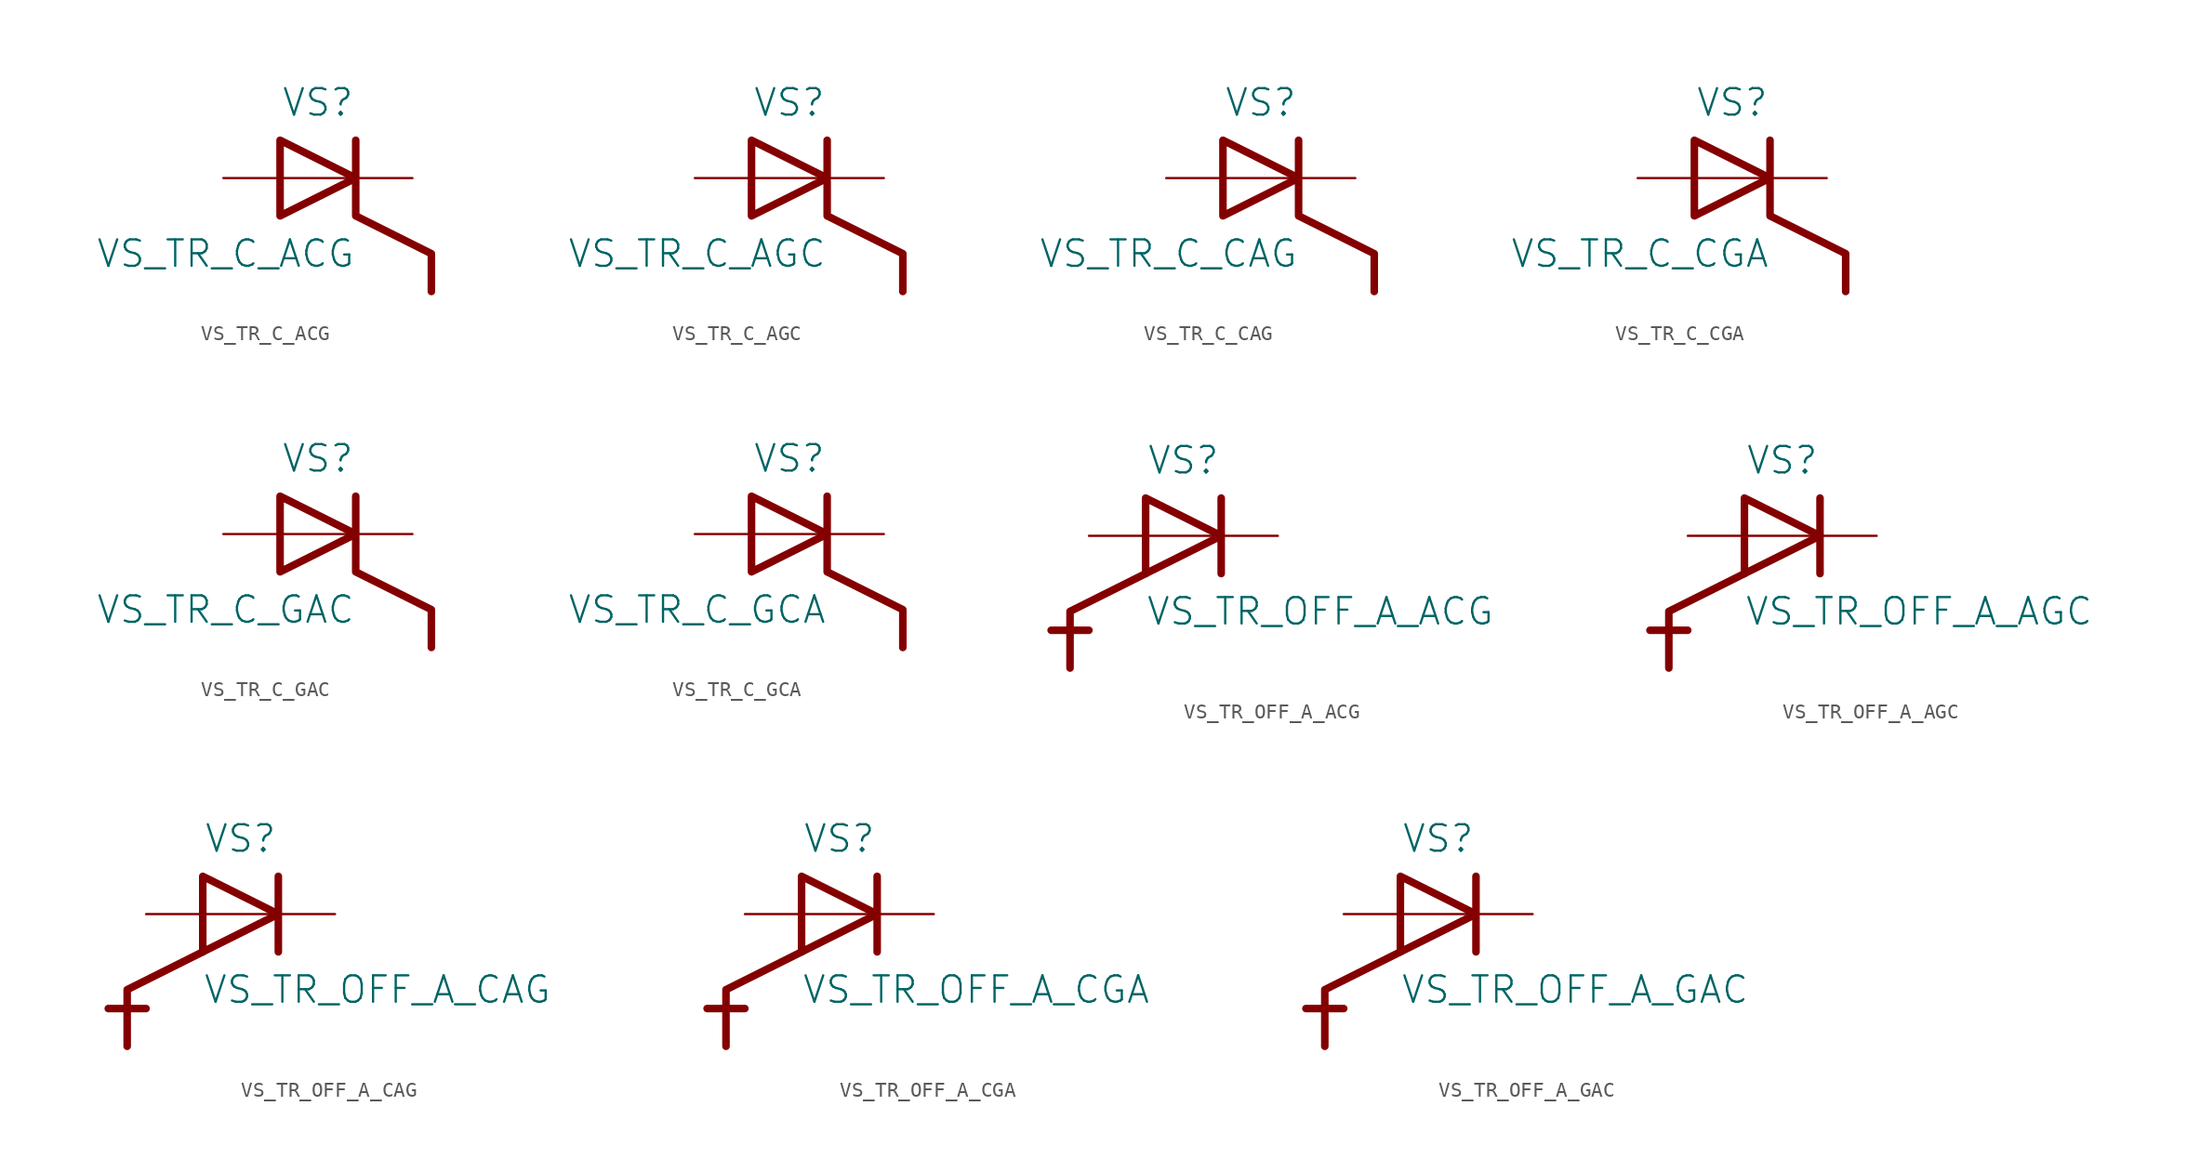
<source format=kicad_sym>
(kicad_symbol_lib
  (version 20211014)
  (generator kicad_symbol_editor)
  (symbol "VS_TR_C_ACG"
    (pin_names
      (offset 0))
    (property "Reference" "VS"
      (at 0 5.08 0)
      (effects (font (size 1.778 1.778))))
    (property "Value" "VS_TR_C_ACG"
      (at 2.54 -5.08 0)
      (effects (font (size 1.778 1.778)) (justify right)))
    (symbol "VS_TR_C_ACG_0_1"
      (polyline (pts (xy -6.35 0) (xy 6.35 0)) (stroke (width 0) (type default) (color 0 0 0 0)) (fill (type none)))
      (polyline (pts (xy 2.54 2.54) (xy 2.54 0) (xy -2.54 2.54) (xy -2.54 -2.54) (xy 2.54 0) (xy 2.54 -2.54) (xy 7.62 -5.08) (xy 7.62 -7.62)) (stroke (width 0.508) (type default) (color 0 0 0 0)) (fill (type none))))
    (symbol "VS_TR_C_ACG_1_1"
      (pin passive line (at -6.35 0 0) (length 2.54) hide (name "A" (effects (font (size 1.27 1.27)))) (number "1" (effects (font (size 1.27 1.27)))))
      (pin passive line (at 6.35 0 180) (length 2.54) hide (name "C" (effects (font (size 1.27 1.27)))) (number "2" (effects (font (size 1.27 1.27)))))
      (pin passive line (at 7.62 -7.62 90) (length 2.54) hide (name "G" (effects (font (size 1.27 1.27)))) (number "3" (effects (font (size 1.27 1.27)))))))
  (symbol "VS_TR_C_AGC"
    (pin_names
      (offset 0))
    (property "Reference" "VS"
      (at 0 5.08 0)
      (effects (font (size 1.778 1.778))))
    (property "Value" "VS_TR_C_AGC"
      (at 2.54 -5.08 0)
      (effects (font (size 1.778 1.778)) (justify right)))
    (symbol "VS_TR_C_AGC_0_1"
      (polyline (pts (xy -6.35 0) (xy 6.35 0)) (stroke (width 0) (type default) (color 0 0 0 0)) (fill (type none)))
      (polyline (pts (xy 2.54 2.54) (xy 2.54 0) (xy -2.54 2.54) (xy -2.54 -2.54) (xy 2.54 0) (xy 2.54 -2.54) (xy 7.62 -5.08) (xy 7.62 -7.62)) (stroke (width 0.508) (type default) (color 0 0 0 0)) (fill (type none))))
    (symbol "VS_TR_C_AGC_1_1"
      (pin passive line (at -6.35 0 0) (length 2.54) hide (name "A" (effects (font (size 1.27 1.27)))) (number "1" (effects (font (size 1.27 1.27)))))
      (pin passive line (at 7.62 -7.62 90) (length 2.54) hide (name "G" (effects (font (size 1.27 1.27)))) (number "2" (effects (font (size 1.27 1.27)))))
      (pin passive line (at 6.35 0 180) (length 2.54) hide (name "C" (effects (font (size 1.27 1.27)))) (number "3" (effects (font (size 1.27 1.27)))))))
  (symbol "VS_TR_C_CAG"
    (pin_names
      (offset 0))
    (property "Reference" "VS"
      (at 0 5.08 0)
      (effects (font (size 1.778 1.778))))
    (property "Value" "VS_TR_C_CAG"
      (at 2.54 -5.08 0)
      (effects (font (size 1.778 1.778)) (justify right)))
    (symbol "VS_TR_C_CAG_0_1"
      (polyline (pts (xy -6.35 0) (xy 6.35 0)) (stroke (width 0) (type default) (color 0 0 0 0)) (fill (type none)))
      (polyline (pts (xy 2.54 2.54) (xy 2.54 0) (xy -2.54 2.54) (xy -2.54 -2.54) (xy 2.54 0) (xy 2.54 -2.54) (xy 7.62 -5.08) (xy 7.62 -7.62)) (stroke (width 0.508) (type default) (color 0 0 0 0)) (fill (type none))))
    (symbol "VS_TR_C_CAG_1_1"
      (pin passive line (at 6.35 0 180) (length 2.54) hide (name "C" (effects (font (size 1.27 1.27)))) (number "1" (effects (font (size 1.27 1.27)))))
      (pin passive line (at -6.35 0 0) (length 2.54) hide (name "A" (effects (font (size 1.27 1.27)))) (number "2" (effects (font (size 1.27 1.27)))))
      (pin passive line (at 7.62 -7.62 90) (length 2.54) hide (name "G" (effects (font (size 1.27 1.27)))) (number "3" (effects (font (size 1.27 1.27)))))))
  (symbol "VS_TR_C_CGA"
    (pin_names
      (offset 0))
    (property "Reference" "VS"
      (at 0 5.08 0)
      (effects (font (size 1.778 1.778))))
    (property "Value" "VS_TR_C_CGA"
      (at 2.54 -5.08 0)
      (effects (font (size 1.778 1.778)) (justify right)))
    (symbol "VS_TR_C_CGA_0_1"
      (polyline (pts (xy -6.35 0) (xy 6.35 0)) (stroke (width 0) (type default) (color 0 0 0 0)) (fill (type none)))
      (polyline (pts (xy 2.54 2.54) (xy 2.54 0) (xy -2.54 2.54) (xy -2.54 -2.54) (xy 2.54 0) (xy 2.54 -2.54) (xy 7.62 -5.08) (xy 7.62 -7.62)) (stroke (width 0.508) (type default) (color 0 0 0 0)) (fill (type none))))
    (symbol "VS_TR_C_CGA_1_1"
      (pin passive line (at 6.35 0 180) (length 2.54) hide (name "C" (effects (font (size 1.27 1.27)))) (number "1" (effects (font (size 1.27 1.27)))))
      (pin passive line (at 7.62 -7.62 90) (length 2.54) hide (name "G" (effects (font (size 1.27 1.27)))) (number "2" (effects (font (size 1.27 1.27)))))
      (pin passive line (at -6.35 0 0) (length 2.54) hide (name "A" (effects (font (size 1.27 1.27)))) (number "3" (effects (font (size 1.27 1.27)))))))
  (symbol "VS_TR_C_GAC"
    (pin_names
      (offset 0))
    (property "Reference" "VS"
      (at 0 5.08 0)
      (effects (font (size 1.778 1.778))))
    (property "Value" "VS_TR_C_GAC"
      (at 2.54 -5.08 0)
      (effects (font (size 1.778 1.778)) (justify right)))
    (symbol "VS_TR_C_GAC_0_1"
      (polyline (pts (xy -6.35 0) (xy 6.35 0)) (stroke (width 0) (type default) (color 0 0 0 0)) (fill (type none)))
      (polyline (pts (xy 2.54 2.54) (xy 2.54 0) (xy -2.54 2.54) (xy -2.54 -2.54) (xy 2.54 0) (xy 2.54 -2.54) (xy 7.62 -5.08) (xy 7.62 -7.62)) (stroke (width 0.508) (type default) (color 0 0 0 0)) (fill (type none))))
    (symbol "VS_TR_C_GAC_1_1"
      (pin passive line (at 7.62 -7.62 90) (length 2.54) hide (name "G" (effects (font (size 1.27 1.27)))) (number "1" (effects (font (size 1.27 1.27)))))
      (pin passive line (at -6.35 0 0) (length 2.54) hide (name "A" (effects (font (size 1.27 1.27)))) (number "2" (effects (font (size 1.27 1.27)))))
      (pin passive line (at 6.35 0 180) (length 2.54) hide (name "C" (effects (font (size 1.27 1.27)))) (number "3" (effects (font (size 1.27 1.27)))))))
  (symbol "VS_TR_C_GCA"
    (pin_names
      (offset 0))
    (property "Reference" "VS"
      (at 0 5.08 0)
      (effects (font (size 1.778 1.778))))
    (property "Value" "VS_TR_C_GCA"
      (at 2.54 -5.08 0)
      (effects (font (size 1.778 1.778)) (justify right)))
    (symbol "VS_TR_C_GCA_0_1"
      (polyline (pts (xy -6.35 0) (xy 6.35 0)) (stroke (width 0) (type default) (color 0 0 0 0)) (fill (type none)))
      (polyline (pts (xy 2.54 2.54) (xy 2.54 0) (xy -2.54 2.54) (xy -2.54 -2.54) (xy 2.54 0) (xy 2.54 -2.54) (xy 7.62 -5.08) (xy 7.62 -7.62)) (stroke (width 0.508) (type default) (color 0 0 0 0)) (fill (type none))))
    (symbol "VS_TR_C_GCA_1_1"
      (pin passive line (at 7.62 -7.62 90) (length 2.54) hide (name "G" (effects (font (size 1.27 1.27)))) (number "1" (effects (font (size 1.27 1.27)))))
      (pin passive line (at 6.35 0 180) (length 2.54) hide (name "C" (effects (font (size 1.27 1.27)))) (number "2" (effects (font (size 1.27 1.27)))))
      (pin passive line (at -6.35 0 0) (length 2.54) hide (name "A" (effects (font (size 1.27 1.27)))) (number "3" (effects (font (size 1.27 1.27)))))))
  (symbol "VS_TR_OFF_A_ACG"
    (pin_names
      (offset 0))
    (property "Reference" "VS"
      (at 0 5.08 0)
      (effects (font (size 1.778 1.778))))
    (property "Value" "VS_TR_OFF_A_ACG"
      (at -2.54 -5.08 0)
      (effects (font (size 1.778 1.778)) (justify left)))
    (symbol "VS_TR_OFF_A_ACG_0_1"
      (polyline (pts (xy -8.89 -6.35) (xy -6.35 -6.35)) (stroke (width 0.508) (type default) (color 0 0 0 0)) (fill (type none)))
      (polyline (pts (xy -6.35 0) (xy 6.35 0)) (stroke (width 0) (type default) (color 0 0 0 0)) (fill (type none)))
      (polyline (pts (xy -2.54 -2.54) (xy -7.62 -5.08) (xy -7.62 -8.89)) (stroke (width 0.508) (type default) (color 0 0 0 0)) (fill (type none)))
      (polyline (pts (xy 2.54 2.54) (xy 2.54 0) (xy -2.54 2.54) (xy -2.54 -2.54) (xy 2.54 0) (xy 2.54 -2.54)) (stroke (width 0.508) (type default) (color 0 0 0 0)) (fill (type none))))
    (symbol "VS_TR_OFF_A_ACG_1_1"
      (pin passive line (at -6.35 0 0) (length 2.54) hide (name "A" (effects (font (size 1.27 1.27)))) (number "1" (effects (font (size 1.27 1.27)))))
      (pin passive line (at 6.35 0 180) (length 2.54) hide (name "C" (effects (font (size 1.27 1.27)))) (number "2" (effects (font (size 1.27 1.27)))))
      (pin passive line (at -7.62 -8.89 90) (length 2.54) hide (name "G" (effects (font (size 1.27 1.27)))) (number "3" (effects (font (size 1.27 1.27)))))))
  (symbol "VS_TR_OFF_A_AGC"
    (pin_names
      (offset 0))
    (property "Reference" "VS"
      (at 0 5.08 0)
      (effects (font (size 1.778 1.778))))
    (property "Value" "VS_TR_OFF_A_AGC"
      (at -2.54 -5.08 0)
      (effects (font (size 1.778 1.778)) (justify left)))
    (symbol "VS_TR_OFF_A_AGC_0_1"
      (polyline (pts (xy -8.89 -6.35) (xy -6.35 -6.35)) (stroke (width 0.508) (type default) (color 0 0 0 0)) (fill (type none)))
      (polyline (pts (xy -6.35 0) (xy 6.35 0)) (stroke (width 0) (type default) (color 0 0 0 0)) (fill (type none)))
      (polyline (pts (xy -2.54 -2.54) (xy -7.62 -5.08) (xy -7.62 -8.89)) (stroke (width 0.508) (type default) (color 0 0 0 0)) (fill (type none)))
      (polyline (pts (xy 2.54 2.54) (xy 2.54 0) (xy -2.54 2.54) (xy -2.54 -2.54) (xy 2.54 0) (xy 2.54 -2.54)) (stroke (width 0.508) (type default) (color 0 0 0 0)) (fill (type none))))
    (symbol "VS_TR_OFF_A_AGC_1_1"
      (pin passive line (at -6.35 0 0) (length 2.54) hide (name "A" (effects (font (size 1.27 1.27)))) (number "1" (effects (font (size 1.27 1.27)))))
      (pin passive line (at -7.62 -8.89 90) (length 2.54) hide (name "G" (effects (font (size 1.27 1.27)))) (number "2" (effects (font (size 1.27 1.27)))))
      (pin passive line (at 6.35 0 180) (length 2.54) hide (name "C" (effects (font (size 1.27 1.27)))) (number "3" (effects (font (size 1.27 1.27)))))))
  (symbol "VS_TR_OFF_A_CAG"
    (pin_names
      (offset 0))
    (property "Reference" "VS"
      (at 0 5.08 0)
      (effects (font (size 1.778 1.778))))
    (property "Value" "VS_TR_OFF_A_CAG"
      (at -2.54 -5.08 0)
      (effects (font (size 1.778 1.778)) (justify left)))
    (symbol "VS_TR_OFF_A_CAG_0_1"
      (polyline (pts (xy -8.89 -6.35) (xy -6.35 -6.35)) (stroke (width 0.508) (type default) (color 0 0 0 0)) (fill (type none)))
      (polyline (pts (xy -6.35 0) (xy 6.35 0)) (stroke (width 0) (type default) (color 0 0 0 0)) (fill (type none)))
      (polyline (pts (xy -2.54 -2.54) (xy -7.62 -5.08) (xy -7.62 -8.89)) (stroke (width 0.508) (type default) (color 0 0 0 0)) (fill (type none)))
      (polyline (pts (xy 2.54 2.54) (xy 2.54 0) (xy -2.54 2.54) (xy -2.54 -2.54) (xy 2.54 0) (xy 2.54 -2.54)) (stroke (width 0.508) (type default) (color 0 0 0 0)) (fill (type none))))
    (symbol "VS_TR_OFF_A_CAG_1_1"
      (pin passive line (at 6.35 0 180) (length 2.54) hide (name "C" (effects (font (size 1.27 1.27)))) (number "1" (effects (font (size 1.27 1.27)))))
      (pin passive line (at -6.35 0 0) (length 2.54) hide (name "A" (effects (font (size 1.27 1.27)))) (number "2" (effects (font (size 1.27 1.27)))))
      (pin passive line (at -7.62 -8.89 90) (length 2.54) hide (name "G" (effects (font (size 1.27 1.27)))) (number "3" (effects (font (size 1.27 1.27)))))))
  (symbol "VS_TR_OFF_A_CGA"
    (pin_names
      (offset 0))
    (property "Reference" "VS"
      (at 0 5.08 0)
      (effects (font (size 1.778 1.778))))
    (property "Value" "VS_TR_OFF_A_CGA"
      (at -2.54 -5.08 0)
      (effects (font (size 1.778 1.778)) (justify left)))
    (symbol "VS_TR_OFF_A_CGA_0_1"
      (polyline (pts (xy -8.89 -6.35) (xy -6.35 -6.35)) (stroke (width 0.508) (type default) (color 0 0 0 0)) (fill (type none)))
      (polyline (pts (xy -6.35 0) (xy 6.35 0)) (stroke (width 0) (type default) (color 0 0 0 0)) (fill (type none)))
      (polyline (pts (xy -2.54 -2.54) (xy -7.62 -5.08) (xy -7.62 -8.89)) (stroke (width 0.508) (type default) (color 0 0 0 0)) (fill (type none)))
      (polyline (pts (xy 2.54 2.54) (xy 2.54 0) (xy -2.54 2.54) (xy -2.54 -2.54) (xy 2.54 0) (xy 2.54 -2.54)) (stroke (width 0.508) (type default) (color 0 0 0 0)) (fill (type none))))
    (symbol "VS_TR_OFF_A_CGA_1_1"
      (pin passive line (at 6.35 0 180) (length 2.54) hide (name "C" (effects (font (size 1.27 1.27)))) (number "1" (effects (font (size 1.27 1.27)))))
      (pin passive line (at -7.62 -8.89 90) (length 2.54) hide (name "G" (effects (font (size 1.27 1.27)))) (number "2" (effects (font (size 1.27 1.27)))))
      (pin passive line (at -6.35 0 0) (length 2.54) hide (name "A" (effects (font (size 1.27 1.27)))) (number "3" (effects (font (size 1.27 1.27)))))))
  (symbol "VS_TR_OFF_A_GAC"
    (pin_names
      (offset 0))
    (property "Reference" "VS"
      (at 0 5.08 0)
      (effects (font (size 1.778 1.778))))
    (property "Value" "VS_TR_OFF_A_GAC"
      (at -2.54 -5.08 0)
      (effects (font (size 1.778 1.778)) (justify left)))
    (symbol "VS_TR_OFF_A_GAC_0_1"
      (polyline (pts (xy -8.89 -6.35) (xy -6.35 -6.35)) (stroke (width 0.508) (type default) (color 0 0 0 0)) (fill (type none)))
      (polyline (pts (xy -6.35 0) (xy 6.35 0)) (stroke (width 0) (type default) (color 0 0 0 0)) (fill (type none)))
      (polyline (pts (xy -2.54 -2.54) (xy -7.62 -5.08) (xy -7.62 -8.89)) (stroke (width 0.508) (type default) (color 0 0 0 0)) (fill (type none)))
      (polyline (pts (xy 2.54 2.54) (xy 2.54 0) (xy -2.54 2.54) (xy -2.54 -2.54) (xy 2.54 0) (xy 2.54 -2.54)) (stroke (width 0.508) (type default) (color 0 0 0 0)) (fill (type none))))
    (symbol "VS_TR_OFF_A_GAC_1_1"
      (pin passive line (at -7.62 -8.89 90) (length 2.54) hide (name "G" (effects (font (size 1.27 1.27)))) (number "1" (effects (font (size 1.27 1.27)))))
      (pin passive line (at -6.35 0 0) (length 2.54) hide (name "A" (effects (font (size 1.27 1.27)))) (number "2" (effects (font (size 1.27 1.27)))))
      (pin passive line (at 6.35 0 180) (length 2.54) hide (name "C" (effects (font (size 1.27 1.27)))) (number "3" (effects (font (size 1.27 1.27))))))))
</source>
